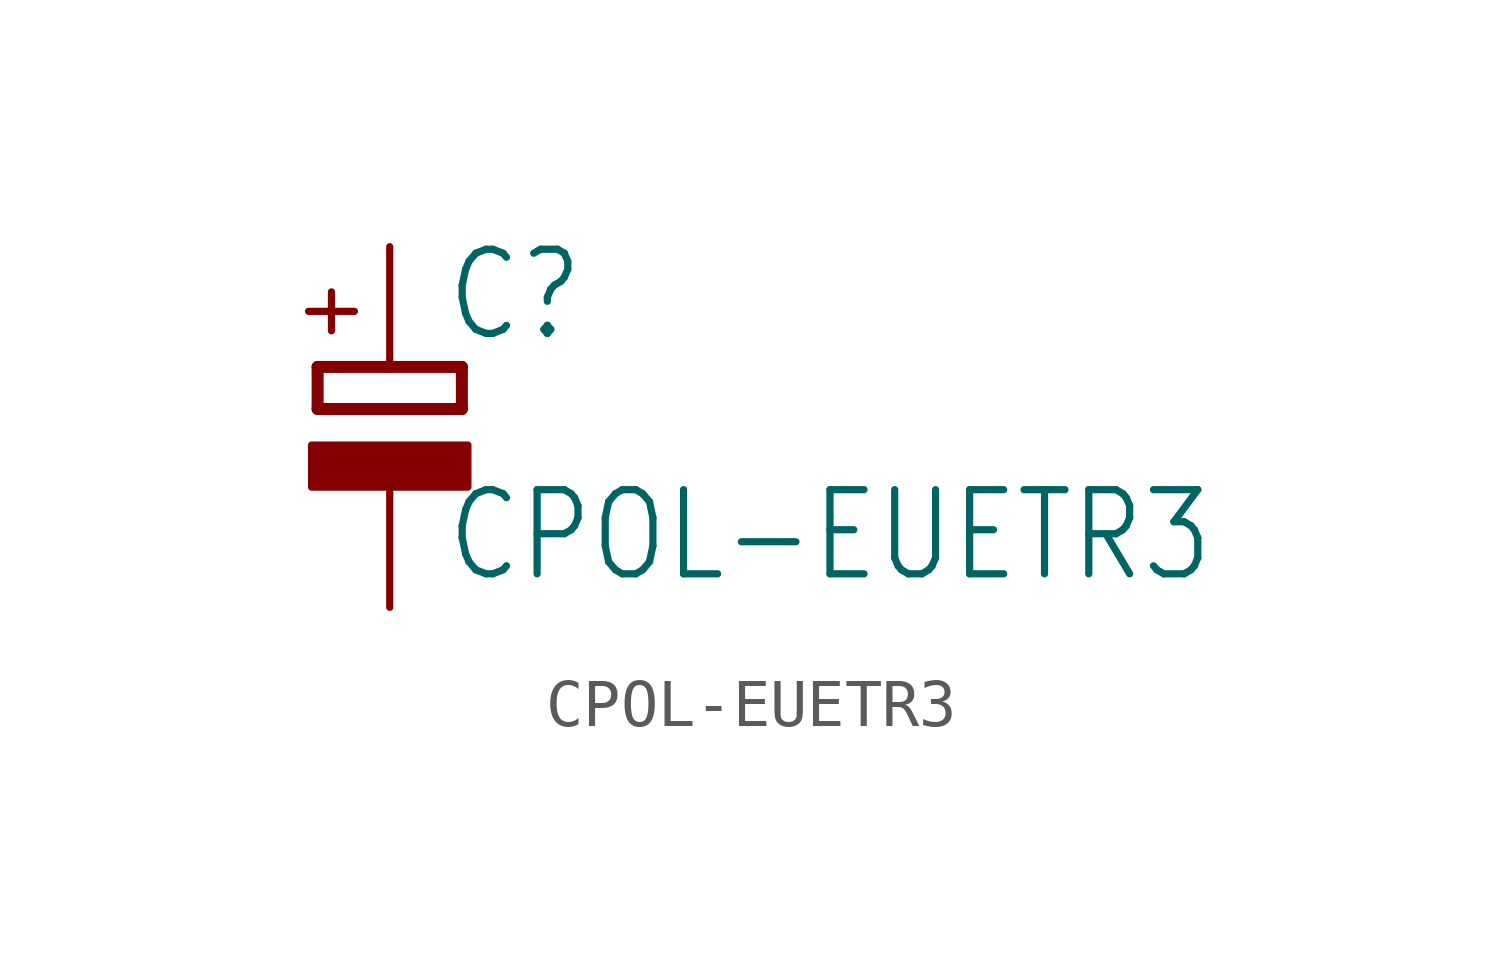
<source format=kicad_sym>
(kicad_symbol_lib
  (version 20220331)
  (generator kicad_symbol_editor)
  (symbol "CPOL-EUETR3"
    (property "Reference" "C"
      (at 1.143 0.483 0)
      (effects (font (size 1.778 1.511)) (justify left bottom)))
    (property "Value" "CPOL-EUETR3"
      (at 1.143 -4.597 0)
      (effects (font (size 1.778 1.511)) (justify left bottom)))
    (property "ki_locked" ""
      (at 0 0 0)
      (effects (font (size 1.27 1.27))))
    (symbol "CPOL-EUETR3_1_0"
      (rectangle (start -1.651 -2.54) (end 1.651 -1.651) (stroke (width 0) (type default)) (fill (type outline)))
      (polyline (pts (xy -1.524 -0.889) (xy 1.524 -0.889)) (stroke (width 0.254) (type solid)) (fill (type none)))
      (polyline (pts (xy -1.524 0) (xy -1.524 -0.889)) (stroke (width 0.254) (type solid)) (fill (type none)))
      (polyline (pts (xy -1.524 0) (xy 1.524 0)) (stroke (width 0.254) (type solid)) (fill (type none)))
      (polyline (pts (xy 1.524 -0.889) (xy 1.524 0)) (stroke (width 0.254) (type solid)) (fill (type none)))
      (text "+" (at -0.584 0.406 900) (effects (font (size 1.27 1.079)) (justify left bottom)))
      (pin passive line (at 0 2.54 270) (length 2.54) (name "+" (effects (font (size 0 0)))) (number "+" (effects (font (size 0 0)))))
      (pin passive line (at 0 -5.08 90) (length 2.54) (name "-" (effects (font (size 0 0)))) (number "-" (effects (font (size 0 0))))))))
</source>
